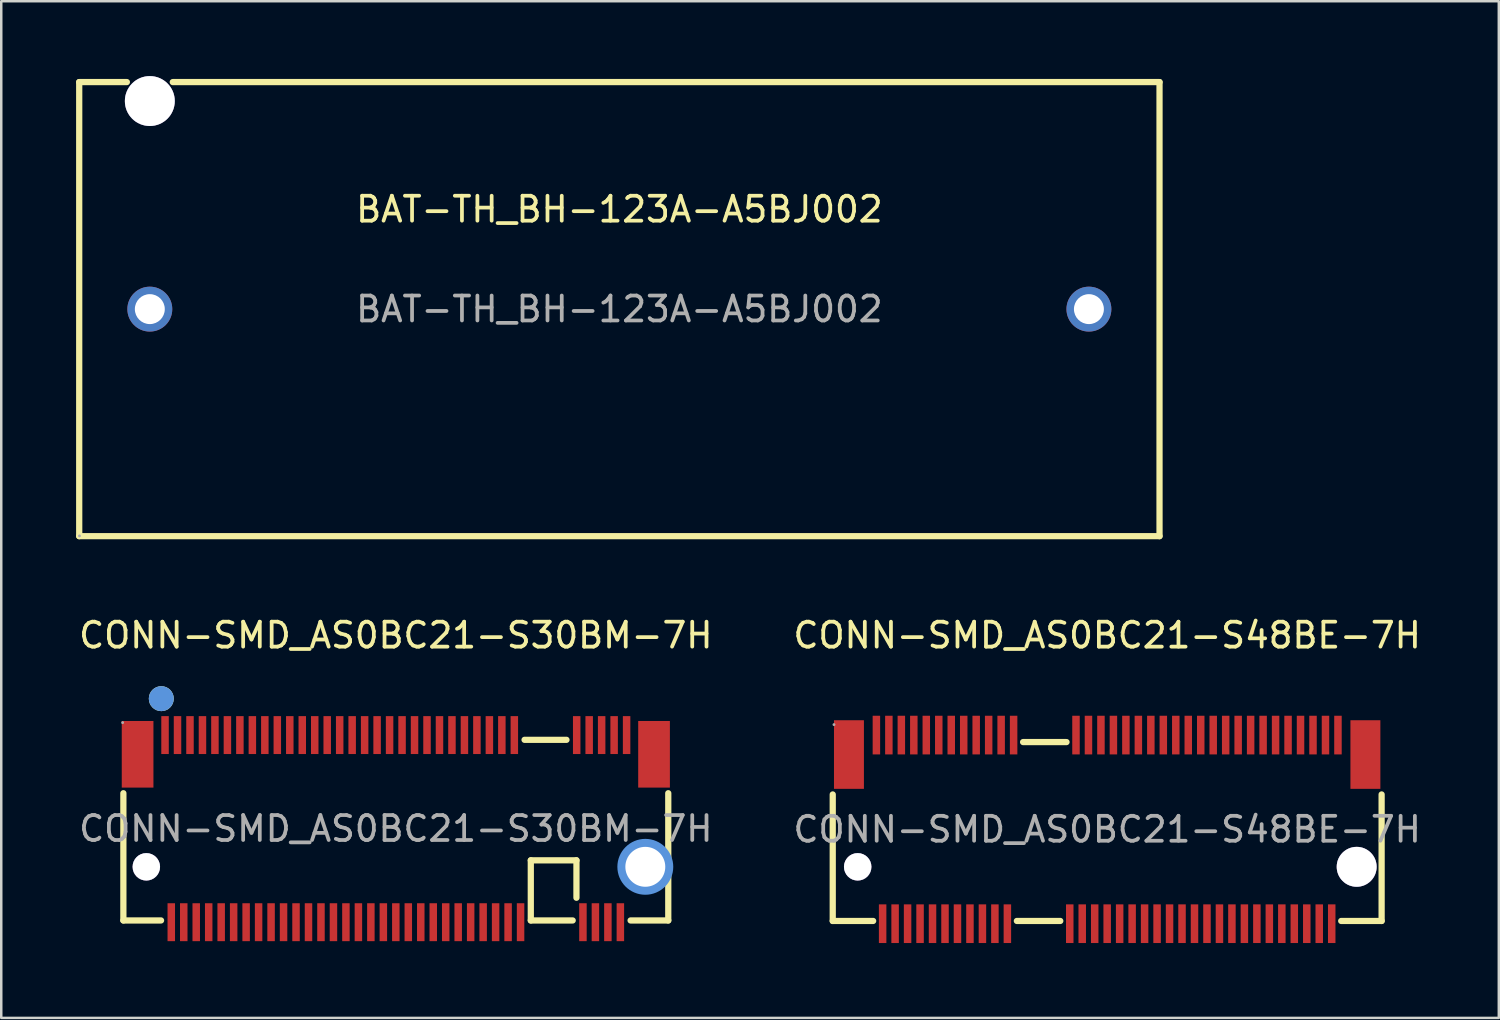
<source format=kicad_pcb>
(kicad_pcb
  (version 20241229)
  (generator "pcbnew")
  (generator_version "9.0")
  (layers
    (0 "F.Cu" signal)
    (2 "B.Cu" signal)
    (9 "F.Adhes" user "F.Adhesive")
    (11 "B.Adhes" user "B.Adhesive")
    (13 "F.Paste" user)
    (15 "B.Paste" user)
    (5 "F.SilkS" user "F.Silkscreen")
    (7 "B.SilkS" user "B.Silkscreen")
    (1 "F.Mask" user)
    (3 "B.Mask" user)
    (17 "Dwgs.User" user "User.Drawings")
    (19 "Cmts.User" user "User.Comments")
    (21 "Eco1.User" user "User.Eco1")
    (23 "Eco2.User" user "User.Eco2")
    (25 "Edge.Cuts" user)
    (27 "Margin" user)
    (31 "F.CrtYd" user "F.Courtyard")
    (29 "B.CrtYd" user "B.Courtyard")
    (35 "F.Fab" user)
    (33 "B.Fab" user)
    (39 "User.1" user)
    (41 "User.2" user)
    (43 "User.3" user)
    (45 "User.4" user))
  (footprint "CONN-SMD_AS0BC21-S48BE-7H"
    (layer "F.Cu")
    (at 41.327 30.193)
    (property "Reference" "CONN-SMD_AS0BC21-S48BE-7H" (at 0 -7.78 0) (layer "F.SilkS") (effects (font (size 1 1) (thickness 0.15))))
    (attr smd)
    (fp_line (start -11 3.67) (end -11 -1.4) (stroke (width 0.25) (type solid)) (layer "F.SilkS"))
    (fp_line (start -11 3.67) (end -9.38 3.67) (stroke (width 0.25) (type solid)) (layer "F.SilkS"))
    (fp_line (start -3.62 3.67) (end -1.88 3.67) (stroke (width 0.25) (type solid)) (layer "F.SilkS"))
    (fp_line (start -3.37 -3.5) (end -1.63 -3.5) (stroke (width 0.25) (type solid)) (layer "F.SilkS"))
    (fp_line (start 9.38 3.67) (end 11 3.67) (stroke (width 0.25) (type solid)) (layer "F.SilkS"))
    (fp_line (start 11 -1.4) (end 11 3.67) (stroke (width 0.25) (type solid)) (layer "F.SilkS"))
    (fp_circle (center -10 1.5) (end -9.76 1.5) (stroke (width 0.48) (type solid)) (fill no) (layer "Cmts.User"))
    (fp_circle (center 10 1.5) (end 10.35 1.5) (stroke (width 0.7) (type solid)) (fill no) (layer "Cmts.User"))
    (fp_circle (center -10.95 -4.2) (end -10.92 -4.2) (stroke (width 0.06) (type solid)) (fill no) (layer "F.Fab"))
    (fp_text user "${REFERENCE}" (at 0 0 0) (layer "F.Fab") (effects (font (size 1 1) (thickness 0.15))))
    (pad "" thru_hole circle (at -10 1.5) (size 1.1 1.1) (drill 1.1) (layers "*.Cu" "*.Mask"))
    (pad "" thru_hole circle (at 10 1.5) (size 1.6 1.6) (drill 1.6) (layers "*.Cu" "*.Mask"))
    (pad "1" smd rect (at -9.25 -3.78) (size 0.3 1.55) (layers "F.Cu" "F.Mask" "F.Paste"))
    (pad "2" smd rect (at -9 3.78) (size 0.3 1.55) (layers "F.Cu" "F.Mask" "F.Paste"))
    (pad "3" smd rect (at -8.75 -3.78) (size 0.3 1.55) (layers "F.Cu" "F.Mask" "F.Paste"))
    (pad "4" smd rect (at -8.5 3.78) (size 0.3 1.55) (layers "F.Cu" "F.Mask" "F.Paste"))
    (pad "5" smd rect (at -8.25 -3.78) (size 0.3 1.55) (layers "F.Cu" "F.Mask" "F.Paste"))
    (pad "6" smd rect (at -8 3.78) (size 0.3 1.55) (layers "F.Cu" "F.Mask" "F.Paste"))
    (pad "7" smd rect (at -7.75 -3.78) (size 0.3 1.55) (layers "F.Cu" "F.Mask" "F.Paste"))
    (pad "8" smd rect (at -7.5 3.78) (size 0.3 1.55) (layers "F.Cu" "F.Mask" "F.Paste"))
    (pad "9" smd rect (at -7.25 -3.78) (size 0.3 1.55) (layers "F.Cu" "F.Mask" "F.Paste"))
    (pad "10" smd rect (at -7 3.78) (size 0.3 1.55) (layers "F.Cu" "F.Mask" "F.Paste"))
    (pad "11" smd rect (at -6.75 -3.78) (size 0.3 1.55) (layers "F.Cu" "F.Mask" "F.Paste"))
    (pad "12" smd rect (at -6.5 3.78) (size 0.3 1.55) (layers "F.Cu" "F.Mask" "F.Paste"))
    (pad "13" smd rect (at -6.25 -3.78) (size 0.3 1.55) (layers "F.Cu" "F.Mask" "F.Paste"))
    (pad "14" smd rect (at -6 3.78) (size 0.3 1.55) (layers "F.Cu" "F.Mask" "F.Paste"))
    (pad "15" smd rect (at -5.75 -3.78) (size 0.3 1.55) (layers "F.Cu" "F.Mask" "F.Paste"))
    (pad "16" smd rect (at -5.5 3.78) (size 0.3 1.55) (layers "F.Cu" "F.Mask" "F.Paste"))
    (pad "17" smd rect (at -5.25 -3.78) (size 0.3 1.55) (layers "F.Cu" "F.Mask" "F.Paste"))
    (pad "18" smd rect (at -5 3.78) (size 0.3 1.55) (layers "F.Cu" "F.Mask" "F.Paste"))
    (pad "19" smd rect (at -4.75 -3.78) (size 0.3 1.55) (layers "F.Cu" "F.Mask" "F.Paste"))
    (pad "20" smd rect (at -4.5 3.78) (size 0.3 1.55) (layers "F.Cu" "F.Mask" "F.Paste"))
    (pad "21" smd rect (at -4.25 -3.78) (size 0.3 1.55) (layers "F.Cu" "F.Mask" "F.Paste"))
    (pad "22" smd rect (at -4 3.78) (size 0.3 1.55) (layers "F.Cu" "F.Mask" "F.Paste"))
    (pad "23" smd rect (at -3.75 -3.78) (size 0.3 1.55) (layers "F.Cu" "F.Mask" "F.Paste"))
    (pad "32" smd rect (at -1.5 3.78) (size 0.3 1.55) (layers "F.Cu" "F.Mask" "F.Paste"))
    (pad "33" smd rect (at -1.25 -3.78) (size 0.3 1.55) (layers "F.Cu" "F.Mask" "F.Paste"))
    (pad "34" smd rect (at -1 3.78) (size 0.3 1.55) (layers "F.Cu" "F.Mask" "F.Paste"))
    (pad "35" smd rect (at -0.75 -3.78) (size 0.3 1.55) (layers "F.Cu" "F.Mask" "F.Paste"))
    (pad "36" smd rect (at -0.5 3.78) (size 0.3 1.55) (layers "F.Cu" "F.Mask" "F.Paste"))
    (pad "37" smd rect (at -0.25 -3.78) (size 0.3 1.55) (layers "F.Cu" "F.Mask" "F.Paste"))
    (pad "38" smd rect (at 0 3.78) (size 0.3 1.55) (layers "F.Cu" "F.Mask" "F.Paste"))
    (pad "39" smd rect (at 0.25 -3.78) (size 0.3 1.55) (layers "F.Cu" "F.Mask" "F.Paste"))
    (pad "40" smd rect (at 0.5 3.78) (size 0.3 1.55) (layers "F.Cu" "F.Mask" "F.Paste"))
    (pad "41" smd rect (at 0.75 -3.78) (size 0.3 1.55) (layers "F.Cu" "F.Mask" "F.Paste"))
    (pad "42" smd rect (at 1 3.78) (size 0.3 1.55) (layers "F.Cu" "F.Mask" "F.Paste"))
    (pad "43" smd rect (at 1.25 -3.78) (size 0.3 1.55) (layers "F.Cu" "F.Mask" "F.Paste"))
    (pad "44" smd rect (at 1.5 3.78) (size 0.3 1.55) (layers "F.Cu" "F.Mask" "F.Paste"))
    (pad "45" smd rect (at 1.75 -3.78) (size 0.3 1.55) (layers "F.Cu" "F.Mask" "F.Paste"))
    (pad "46" smd rect (at 2 3.78) (size 0.3 1.55) (layers "F.Cu" "F.Mask" "F.Paste"))
    (pad "47" smd rect (at 2.25 -3.78) (size 0.3 1.55) (layers "F.Cu" "F.Mask" "F.Paste"))
    (pad "48" smd rect (at 2.5 3.78) (size 0.3 1.55) (layers "F.Cu" "F.Mask" "F.Paste"))
    (pad "49" smd rect (at 2.75 -3.78) (size 0.3 1.55) (layers "F.Cu" "F.Mask" "F.Paste"))
    (pad "50" smd rect (at 3 3.78) (size 0.3 1.55) (layers "F.Cu" "F.Mask" "F.Paste"))
    (pad "51" smd rect (at 3.25 -3.78) (size 0.3 1.55) (layers "F.Cu" "F.Mask" "F.Paste"))
    (pad "52" smd rect (at 3.5 3.78) (size 0.3 1.55) (layers "F.Cu" "F.Mask" "F.Paste"))
    (pad "53" smd rect (at 3.75 -3.78) (size 0.3 1.55) (layers "F.Cu" "F.Mask" "F.Paste"))
    (pad "54" smd rect (at 4 3.78) (size 0.3 1.55) (layers "F.Cu" "F.Mask" "F.Paste"))
    (pad "55" smd rect (at 4.25 -3.78) (size 0.3 1.55) (layers "F.Cu" "F.Mask" "F.Paste"))
    (pad "56" smd rect (at 4.5 3.78) (size 0.3 1.55) (layers "F.Cu" "F.Mask" "F.Paste"))
    (pad "57" smd rect (at 4.75 -3.78) (size 0.3 1.55) (layers "F.Cu" "F.Mask" "F.Paste"))
    (pad "58" smd rect (at 5 3.78) (size 0.3 1.55) (layers "F.Cu" "F.Mask" "F.Paste"))
    (pad "59" smd rect (at 5.25 -3.78) (size 0.3 1.55) (layers "F.Cu" "F.Mask" "F.Paste"))
    (pad "60" smd rect (at 5.5 3.78) (size 0.3 1.55) (layers "F.Cu" "F.Mask" "F.Paste"))
    (pad "61" smd rect (at 5.75 -3.78) (size 0.3 1.55) (layers "F.Cu" "F.Mask" "F.Paste"))
    (pad "62" smd rect (at 6 3.78) (size 0.3 1.55) (layers "F.Cu" "F.Mask" "F.Paste"))
    (pad "63" smd rect (at 6.25 -3.78) (size 0.3 1.55) (layers "F.Cu" "F.Mask" "F.Paste"))
    (pad "64" smd rect (at 6.5 3.78) (size 0.3 1.55) (layers "F.Cu" "F.Mask" "F.Paste"))
    (pad "65" smd rect (at 6.75 -3.78) (size 0.3 1.55) (layers "F.Cu" "F.Mask" "F.Paste"))
    (pad "66" smd rect (at 7 3.78) (size 0.3 1.55) (layers "F.Cu" "F.Mask" "F.Paste"))
    (pad "67" smd rect (at 7.25 -3.78) (size 0.3 1.55) (layers "F.Cu" "F.Mask" "F.Paste"))
    (pad "68" smd rect (at 7.5 3.78) (size 0.3 1.55) (layers "F.Cu" "F.Mask" "F.Paste"))
    (pad "69" smd rect (at 7.75 -3.78) (size 0.3 1.55) (layers "F.Cu" "F.Mask" "F.Paste"))
    (pad "70" smd rect (at 8 3.78) (size 0.3 1.55) (layers "F.Cu" "F.Mask" "F.Paste"))
    (pad "71" smd rect (at 8.25 -3.78) (size 0.3 1.55) (layers "F.Cu" "F.Mask" "F.Paste"))
    (pad "72" smd rect (at 8.5 3.78) (size 0.3 1.55) (layers "F.Cu" "F.Mask" "F.Paste"))
    (pad "73" smd rect (at 8.75 -3.78) (size 0.3 1.55) (layers "F.Cu" "F.Mask" "F.Paste"))
    (pad "74" smd rect (at 9 3.78) (size 0.3 1.55) (layers "F.Cu" "F.Mask" "F.Paste"))
    (pad "75" smd rect (at 9.25 -3.78) (size 0.3 1.55) (layers "F.Cu" "F.Mask" "F.Paste"))
    (pad "76" smd rect (at 10.35 -3) (size 1.2 2.75) (layers "F.Cu" "F.Mask" "F.Paste"))
    (pad "77" smd rect (at -10.35 -3) (size 1.2 2.75) (layers "F.Cu" "F.Mask" "F.Paste")))
  (footprint "BAT-TH_BH-123A-A5BJ002"
    (layer "F.Cu")
    (at 21.775 9.34)
    (property "Reference" "BAT-TH_BH-123A-A5BJ002" (at 0 -4 0) (layer "F.SilkS") (effects (font (size 1 1) (thickness 0.15))))
    (attr through_hole)
    (fp_line (start -21.65 -9.1) (end -21.65 9.1) (stroke (width 0.25) (type solid)) (layer "F.SilkS"))
    (fp_line (start -21.65 9.1) (end 21.65 9.1) (stroke (width 0.25) (type solid)) (layer "F.SilkS"))
    (fp_line (start -19.74 -9.1) (end -21.65 -9.1) (stroke (width 0.25) (type solid)) (layer "F.SilkS"))
    (fp_line (start 21.65 -9.1) (end -17.9 -9.1) (stroke (width 0.25) (type solid)) (layer "F.SilkS"))
    (fp_line (start 21.65 9.1) (end 21.65 -9.1) (stroke (width 0.25) (type solid)) (layer "F.SilkS"))
    (fp_circle (center -18.82 -8.34) (end -18.47 -8.34) (stroke (width 0.7) (type solid)) (fill no) (layer "Cmts.User"))
    (fp_circle (center -21.64 9.09) (end -21.61 9.09) (stroke (width 0.06) (type solid)) (fill no) (layer "F.Fab"))
    (fp_text user "${REFERENCE}" (at 0 0 0) (layer "F.Fab") (effects (font (size 1 1) (thickness 0.15))))
    (pad "" thru_hole circle (at -18.82 -8.34) (size 2 2) (drill 2) (layers "*.Cu" "*.Mask"))
    (pad "1" thru_hole circle (at -18.82 0) (size 1.8 1.8) (drill 1.2) (layers "*.Cu" "*.Mask"))
    (pad "2" thru_hole circle (at 18.82 0) (size 1.8 1.8) (drill 1.2) (layers "*.Cu" "*.Mask")))
  (footprint "CONN-SMD_AS0BC21-S30BM-7H"
    (layer "F.Cu")
    (at 12.815 30.163)
    (property "Reference" "CONN-SMD_AS0BC21-S30BM-7H" (at 0 -7.75 0) (layer "F.SilkS") (effects (font (size 1 1) (thickness 0.15))))
    (attr smd)
    (fp_line (start -10.92 3.68) (end -10.92 -1.42) (stroke (width 0.25) (type solid)) (layer "F.SilkS"))
    (fp_line (start -10.92 3.68) (end -9.41 3.68) (stroke (width 0.25) (type solid)) (layer "F.SilkS"))
    (fp_line (start 5.16 -3.56) (end 6.84 -3.56) (stroke (width 0.25) (type solid)) (layer "F.SilkS"))
    (fp_line (start 5.41 1.27) (end 7.24 1.27) (stroke (width 0.25) (type solid)) (layer "F.SilkS"))
    (fp_line (start 5.41 3.68) (end 5.41 1.27) (stroke (width 0.25) (type solid)) (layer "F.SilkS"))
    (fp_line (start 5.41 3.68) (end 7.09 3.68) (stroke (width 0.25) (type solid)) (layer "F.SilkS"))
    (fp_line (start 7.24 1.27) (end 7.24 2.77) (stroke (width 0.25) (type solid)) (layer "F.SilkS"))
    (fp_line (start 9.41 3.68) (end 10.92 3.68) (stroke (width 0.25) (type solid)) (layer "F.SilkS"))
    (fp_line (start 10.92 1.16) (end 10.92 -1.42) (stroke (width 0.25) (type solid)) (layer "F.SilkS"))
    (fp_line (start 10.92 3.68) (end 10.92 1.88) (stroke (width 0.25) (type solid)) (layer "F.SilkS"))
    (fp_circle (center -9.4 -5.21) (end -9.15 -5.21) (stroke (width 0.5) (type solid)) (fill no) (layer "F.SilkS"))
    (fp_circle (center -10.03 1.52) (end -9.78 1.52) (stroke (width 0.5) (type solid)) (fill no) (layer "Cmts.User"))
    (fp_circle (center -9.4 -5.21) (end -9.15 -5.21) (stroke (width 0.5) (type solid)) (fill no) (layer "Cmts.User"))
    (fp_circle (center 10 1.53) (end 10.37 1.53) (stroke (width 0.75) (type solid)) (fill no) (layer "Cmts.User"))
    (fp_circle (center -10.95 -4.25) (end -10.92 -4.25) (stroke (width 0.06) (type solid)) (fill no) (layer "F.Fab"))
    (fp_text user "${REFERENCE}" (at 0 0 0) (layer "F.Fab") (effects (font (size 1 1) (thickness 0.15))))
    (pad "" thru_hole circle (at -10 1.53) (size 1.1 1.1) (drill 1.1) (layers "*.Cu" "*.Mask"))
    (pad "" thru_hole circle (at 10 1.53) (size 1.6 1.6) (drill 1.6) (layers "*.Cu" "*.Mask"))
    (pad "1" smd rect (at -9.25 -3.75 180) (size 0.3 1.52) (layers "F.Cu" "F.Mask" "F.Paste"))
    (pad "2" smd rect (at -9 3.75 180) (size 0.3 1.52) (layers "F.Cu" "F.Mask" "F.Paste"))
    (pad "3" smd rect (at -8.75 -3.75 180) (size 0.3 1.52) (layers "F.Cu" "F.Mask" "F.Paste"))
    (pad "4" smd rect (at -8.5 3.75 180) (size 0.3 1.52) (layers "F.Cu" "F.Mask" "F.Paste"))
    (pad "5" smd rect (at -8.25 -3.75 180) (size 0.3 1.52) (layers "F.Cu" "F.Mask" "F.Paste"))
    (pad "6" smd rect (at -8 3.75 180) (size 0.3 1.52) (layers "F.Cu" "F.Mask" "F.Paste"))
    (pad "7" smd rect (at -7.75 -3.75 180) (size 0.3 1.52) (layers "F.Cu" "F.Mask" "F.Paste"))
    (pad "8" smd rect (at -7.5 3.75 180) (size 0.3 1.52) (layers "F.Cu" "F.Mask" "F.Paste"))
    (pad "9" smd rect (at -7.25 -3.75 180) (size 0.3 1.52) (layers "F.Cu" "F.Mask" "F.Paste"))
    (pad "10" smd rect (at -7 3.75 180) (size 0.3 1.52) (layers "F.Cu" "F.Mask" "F.Paste"))
    (pad "11" smd rect (at -6.75 -3.75 180) (size 0.3 1.52) (layers "F.Cu" "F.Mask" "F.Paste"))
    (pad "12" smd rect (at -6.5 3.75 180) (size 0.3 1.52) (layers "F.Cu" "F.Mask" "F.Paste"))
    (pad "13" smd rect (at -6.25 -3.75 180) (size 0.3 1.52) (layers "F.Cu" "F.Mask" "F.Paste"))
    (pad "14" smd rect (at -6 3.75 180) (size 0.3 1.52) (layers "F.Cu" "F.Mask" "F.Paste"))
    (pad "15" smd rect (at -5.75 -3.75 180) (size 0.3 1.52) (layers "F.Cu" "F.Mask" "F.Paste"))
    (pad "16" smd rect (at -5.5 3.75 180) (size 0.3 1.52) (layers "F.Cu" "F.Mask" "F.Paste"))
    (pad "17" smd rect (at -5.25 -3.75 180) (size 0.3 1.52) (layers "F.Cu" "F.Mask" "F.Paste"))
    (pad "18" smd rect (at -5 3.75 180) (size 0.3 1.52) (layers "F.Cu" "F.Mask" "F.Paste"))
    (pad "19" smd rect (at -4.75 -3.75 180) (size 0.3 1.52) (layers "F.Cu" "F.Mask" "F.Paste"))
    (pad "20" smd rect (at -4.5 3.75 180) (size 0.3 1.52) (layers "F.Cu" "F.Mask" "F.Paste"))
    (pad "21" smd rect (at -4.25 -3.75 180) (size 0.3 1.52) (layers "F.Cu" "F.Mask" "F.Paste"))
    (pad "22" smd rect (at -4 3.75 180) (size 0.3 1.52) (layers "F.Cu" "F.Mask" "F.Paste"))
    (pad "23" smd rect (at -3.75 -3.75 180) (size 0.3 1.52) (layers "F.Cu" "F.Mask" "F.Paste"))
    (pad "24" smd rect (at -3.5 3.75 180) (size 0.3 1.52) (layers "F.Cu" "F.Mask" "F.Paste"))
    (pad "25" smd rect (at -3.25 -3.75 180) (size 0.3 1.52) (layers "F.Cu" "F.Mask" "F.Paste"))
    (pad "26" smd rect (at -3 3.75 180) (size 0.3 1.52) (layers "F.Cu" "F.Mask" "F.Paste"))
    (pad "27" smd rect (at -2.75 -3.75 180) (size 0.3 1.52) (layers "F.Cu" "F.Mask" "F.Paste"))
    (pad "28" smd rect (at -2.5 3.75 180) (size 0.3 1.52) (layers "F.Cu" "F.Mask" "F.Paste"))
    (pad "29" smd rect (at -2.25 -3.75 180) (size 0.3 1.52) (layers "F.Cu" "F.Mask" "F.Paste"))
    (pad "30" smd rect (at -2 3.75 180) (size 0.3 1.52) (layers "F.Cu" "F.Mask" "F.Paste"))
    (pad "31" smd rect (at -1.75 -3.75 180) (size 0.3 1.52) (layers "F.Cu" "F.Mask" "F.Paste"))
    (pad "32" smd rect (at -1.5 3.75 180) (size 0.3 1.52) (layers "F.Cu" "F.Mask" "F.Paste"))
    (pad "33" smd rect (at -1.25 -3.75 180) (size 0.3 1.52) (layers "F.Cu" "F.Mask" "F.Paste"))
    (pad "34" smd rect (at -1 3.75 180) (size 0.3 1.52) (layers "F.Cu" "F.Mask" "F.Paste"))
    (pad "35" smd rect (at -0.75 -3.75 180) (size 0.3 1.52) (layers "F.Cu" "F.Mask" "F.Paste"))
    (pad "36" smd rect (at -0.5 3.75 180) (size 0.3 1.52) (layers "F.Cu" "F.Mask" "F.Paste"))
    (pad "37" smd rect (at -0.25 -3.75 180) (size 0.3 1.52) (layers "F.Cu" "F.Mask" "F.Paste"))
    (pad "38" smd rect (at 0 3.75 180) (size 0.3 1.52) (layers "F.Cu" "F.Mask" "F.Paste"))
    (pad "39" smd rect (at 0.25 -3.75 180) (size 0.3 1.52) (layers "F.Cu" "F.Mask" "F.Paste"))
    (pad "40" smd rect (at 0.5 3.75 180) (size 0.3 1.52) (layers "F.Cu" "F.Mask" "F.Paste"))
    (pad "41" smd rect (at 0.75 -3.75 180) (size 0.3 1.52) (layers "F.Cu" "F.Mask" "F.Paste"))
    (pad "42" smd rect (at 1 3.75 180) (size 0.3 1.52) (layers "F.Cu" "F.Mask" "F.Paste"))
    (pad "43" smd rect (at 1.25 -3.75 180) (size 0.3 1.52) (layers "F.Cu" "F.Mask" "F.Paste"))
    (pad "44" smd rect (at 1.5 3.75 180) (size 0.3 1.52) (layers "F.Cu" "F.Mask" "F.Paste"))
    (pad "45" smd rect (at 1.75 -3.75 180) (size 0.3 1.52) (layers "F.Cu" "F.Mask" "F.Paste"))
    (pad "46" smd rect (at 2 3.75 180) (size 0.3 1.52) (layers "F.Cu" "F.Mask" "F.Paste"))
    (pad "47" smd rect (at 2.25 -3.75 180) (size 0.3 1.52) (layers "F.Cu" "F.Mask" "F.Paste"))
    (pad "48" smd rect (at 2.5 3.75 180) (size 0.3 1.52) (layers "F.Cu" "F.Mask" "F.Paste"))
    (pad "49" smd rect (at 2.75 -3.75 180) (size 0.3 1.52) (layers "F.Cu" "F.Mask" "F.Paste"))
    (pad "50" smd rect (at 3 3.75 180) (size 0.3 1.52) (layers "F.Cu" "F.Mask" "F.Paste"))
    (pad "51" smd rect (at 3.25 -3.75 180) (size 0.3 1.52) (layers "F.Cu" "F.Mask" "F.Paste"))
    (pad "52" smd rect (at 3.5 3.75 180) (size 0.3 1.52) (layers "F.Cu" "F.Mask" "F.Paste"))
    (pad "53" smd rect (at 3.75 -3.75 180) (size 0.3 1.52) (layers "F.Cu" "F.Mask" "F.Paste"))
    (pad "54" smd rect (at 4 3.75 180) (size 0.3 1.52) (layers "F.Cu" "F.Mask" "F.Paste"))
    (pad "55" smd rect (at 4.25 -3.75 180) (size 0.3 1.52) (layers "F.Cu" "F.Mask" "F.Paste"))
    (pad "56" smd rect (at 4.5 3.75 180) (size 0.3 1.52) (layers "F.Cu" "F.Mask" "F.Paste"))
    (pad "57" smd rect (at 4.75 -3.75 180) (size 0.3 1.52) (layers "F.Cu" "F.Mask" "F.Paste"))
    (pad "58" smd rect (at 5 3.75 180) (size 0.3 1.52) (layers "F.Cu" "F.Mask" "F.Paste"))
    (pad "67" smd rect (at 7.25 -3.75 180) (size 0.3 1.52) (layers "F.Cu" "F.Mask" "F.Paste"))
    (pad "68" smd rect (at 7.5 3.75 180) (size 0.3 1.52) (layers "F.Cu" "F.Mask" "F.Paste"))
    (pad "69" smd rect (at 7.75 -3.75 180) (size 0.3 1.52) (layers "F.Cu" "F.Mask" "F.Paste"))
    (pad "70" smd rect (at 8 3.75 180) (size 0.3 1.52) (layers "F.Cu" "F.Mask" "F.Paste"))
    (pad "71" smd rect (at 8.25 -3.75 180) (size 0.3 1.52) (layers "F.Cu" "F.Mask" "F.Paste"))
    (pad "72" smd rect (at 8.5 3.75 180) (size 0.3 1.52) (layers "F.Cu" "F.Mask" "F.Paste"))
    (pad "73" smd rect (at 8.75 -3.75 180) (size 0.3 1.52) (layers "F.Cu" "F.Mask" "F.Paste"))
    (pad "74" smd rect (at 9 3.75 180) (size 0.3 1.52) (layers "F.Cu" "F.Mask" "F.Paste"))
    (pad "75" smd rect (at 9.25 -3.75 180) (size 0.3 1.52) (layers "F.Cu" "F.Mask" "F.Paste"))
    (pad "76" smd rect (at 10.35 -2.98 180) (size 1.27 2.67) (layers "F.Cu" "F.Mask" "F.Paste"))
    (pad "77" smd rect (at -10.35 -2.98) (size 1.27 2.67) (layers "F.Cu" "F.Mask" "F.Paste")))
  (gr_rect
    (start -3 -3)
    (end 57.024 37.748)
    (stroke (width 0.1) (type default))
    (fill no)
    (layer "Edge.Cuts")))
</source>
